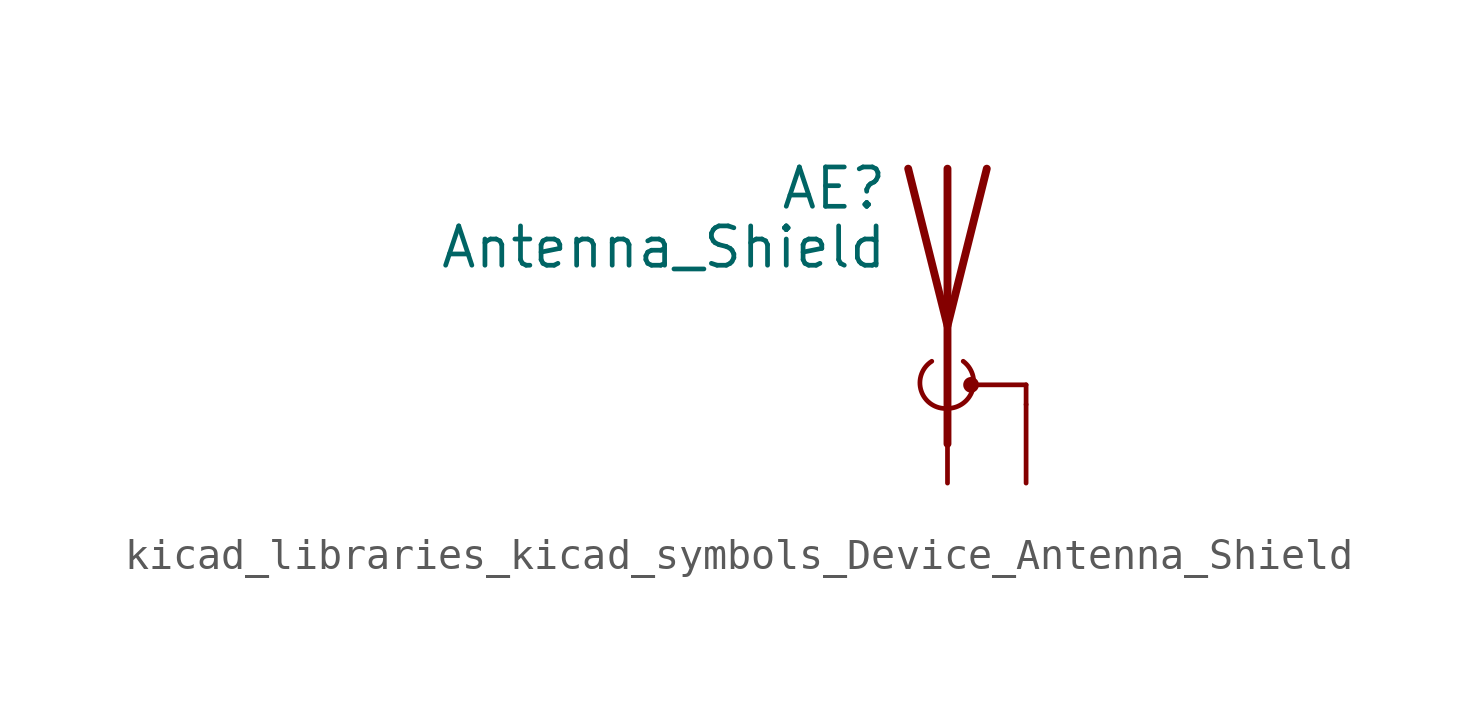
<source format=kicad_sym>
(kicad_symbol_lib
  (version 20220914)
  (generator kicad_symbol_editor)
  (symbol "kicad_libraries_kicad_symbols_Device_Antenna_Shield"
    (pin_numbers hide)
    (pin_names
      (offset 1.016) hide)
    (property "Reference" "AE"
      (at -1.905 4.445 0)
      (effects (font (size 1.27 1.27)) (justify right)))
    (property "Value" "Antenna_Shield"
      (at -1.905 2.54 0)
      (effects (font (size 1.27 1.27)) (justify right)))
    (symbol "kicad_libraries_kicad_symbols_Device_Antenna_Shield_0_1"
      (arc (start -0.508 -1.143) (mid -0.8429 -2.1194) (end 0 -2.667) (stroke (width 0) (type default)) (fill (type none)))
      (arc (start 0 -2.667) (mid 0.7989 -2.1052) (end 0.508 -1.143) (stroke (width 0) (type default)) (fill (type none)))
      (polyline (pts (xy 0 -2.54) (xy 0 0)) (stroke (width 0) (type default)) (fill (type none)))
      (polyline (pts (xy 0 5.08) (xy 0 -3.81)) (stroke (width 0.254) (type default)) (fill (type none)))
      (polyline (pts (xy 0.762 -1.905) (xy 2.54 -1.905)) (stroke (width 0) (type default)) (fill (type none)))
      (polyline (pts (xy 2.54 -2.54) (xy 2.54 -1.905)) (stroke (width 0) (type default)) (fill (type none)))
      (polyline (pts (xy 1.27 5.08) (xy 0 0) (xy -1.27 5.08)) (stroke (width 0.254) (type default)) (fill (type none)))
      (circle (center 0.762 -1.905) (radius 0.178) (stroke (width 0) (type default)) (fill (type outline))))
    (symbol "kicad_libraries_kicad_symbols_Device_Antenna_Shield_1_1"
      (pin input line (at 0 -5.08 90) (length 2.54) (name "A" (effects (font (size 1.27 1.27)))) (number "1" (effects (font (size 1.27 1.27)))))
      (pin input line (at 2.54 -5.08 90) (length 2.54) (name "Shield" (effects (font (size 1.27 1.27)))) (number "2" (effects (font (size 1.27 1.27))))))))
</source>
